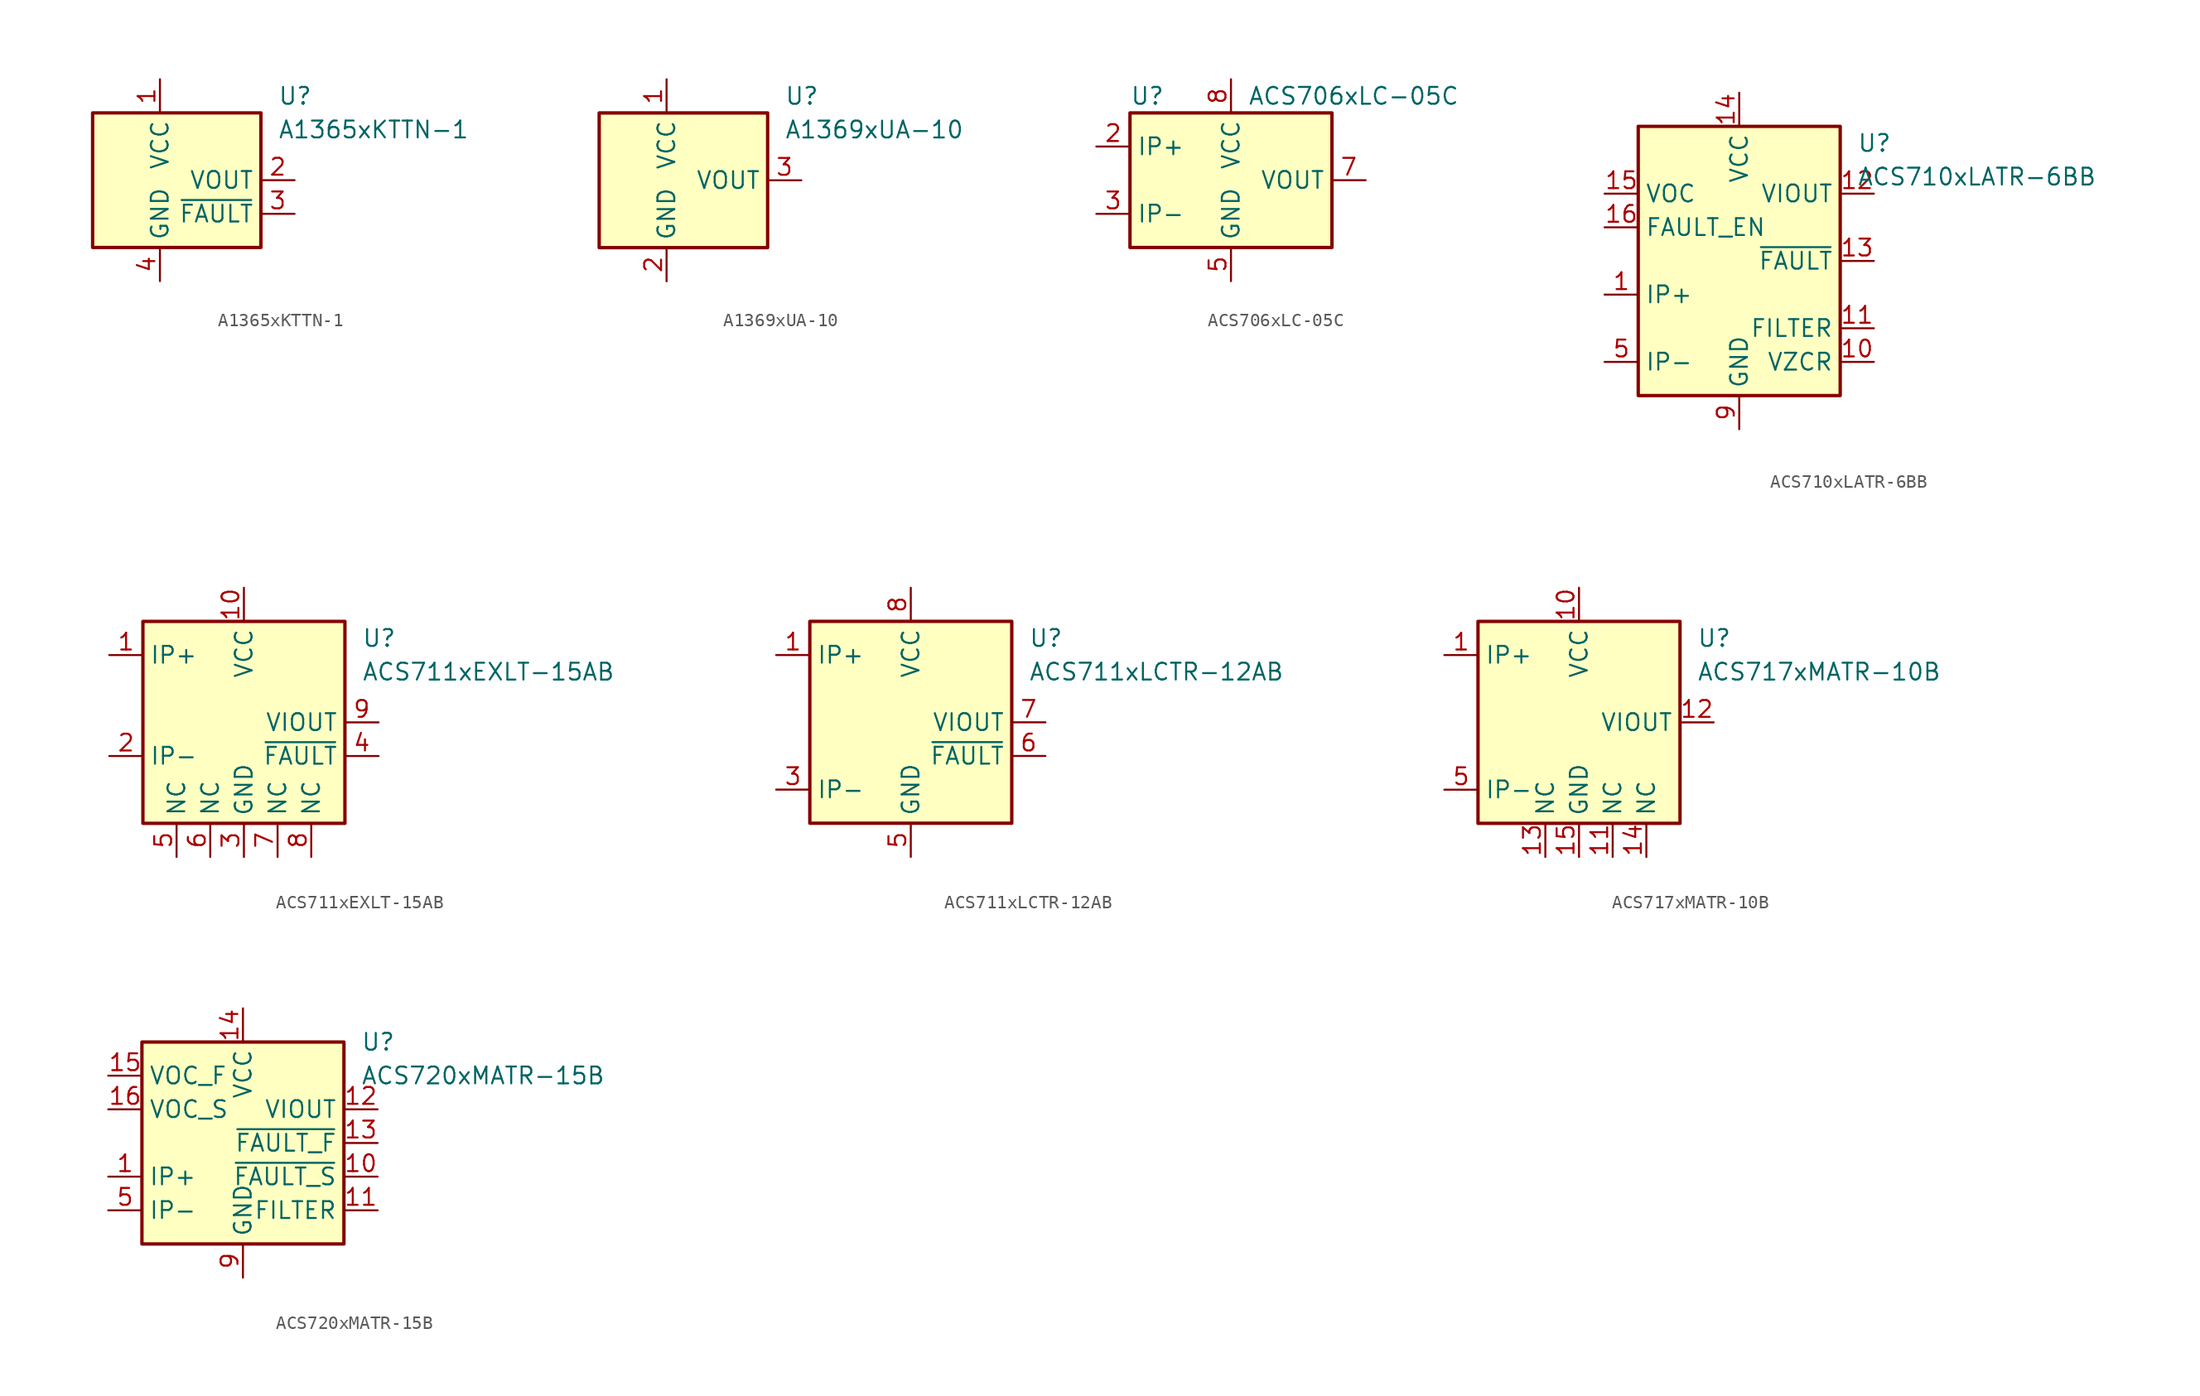
<source format=kicad_sym>
(kicad_symbol_lib
  (version 20201005)
  (generator kicad_symbol_editor)
  (symbol "A1365xKTTN-1"
    (property "Reference" "U"
      (at 8.89 6.35 0)
      (effects (font (size 1.27 1.27)) (justify left)))
    (property "Value" "A1365xKTTN-1"
      (at 8.89 3.81 0)
      (effects (font (size 1.27 1.27)) (justify left)))
    (symbol "A1365xKTTN-1_0_1"
      (rectangle (start -5.08 5.08) (end 7.62 -5.08) (stroke (width 0.254)) (fill (type background))))
    (symbol "A1365xKTTN-1_1_1"
      (pin power_in line (at 0 7.62 270) (length 2.54) (name "VCC" (effects (font (size 1.27 1.27)))) (number "1" (effects (font (size 1.27 1.27)))))
      (pin output line (at 10.16 0 180) (length 2.54) (name "VOUT" (effects (font (size 1.27 1.27)))) (number "2" (effects (font (size 1.27 1.27)))))
      (pin output line (at 10.16 -2.54 180) (length 2.54) (name "~FAULT" (effects (font (size 1.27 1.27)))) (number "3" (effects (font (size 1.27 1.27)))))
      (pin power_in line (at 0 -7.62 90) (length 2.54) (name "GND" (effects (font (size 1.27 1.27)))) (number "4" (effects (font (size 1.27 1.27)))))))
  (symbol "A1369xUA-10"
    (property "Reference" "U"
      (at 8.89 6.35 0)
      (effects (font (size 1.27 1.27)) (justify left)))
    (property "Value" "A1369xUA-10"
      (at 8.89 3.81 0)
      (effects (font (size 1.27 1.27)) (justify left)))
    (symbol "A1369xUA-10_0_1"
      (rectangle (start -5.08 5.08) (end 7.62 -5.08) (stroke (width 0.254)) (fill (type background))))
    (symbol "A1369xUA-10_1_1"
      (pin power_in line (at 0 7.62 270) (length 2.54) (name "VCC" (effects (font (size 1.27 1.27)))) (number "1" (effects (font (size 1.27 1.27)))))
      (pin power_in line (at 0 -7.62 90) (length 2.54) (name "GND" (effects (font (size 1.27 1.27)))) (number "2" (effects (font (size 1.27 1.27)))))
      (pin output line (at 10.16 0 180) (length 2.54) (name "VOUT" (effects (font (size 1.27 1.27)))) (number "3" (effects (font (size 1.27 1.27)))))))
  (symbol "ACS706xLC-05C"
    (property "Reference" "U"
      (at -7.62 6.35 0)
      (effects (font (size 1.27 1.27)) (justify left)))
    (property "Value" "ACS706xLC-05C"
      (at 1.27 6.35 0)
      (effects (font (size 1.27 1.27)) (justify left)))
    (symbol "ACS706xLC-05C_0_1"
      (rectangle (start -7.62 5.08) (end 7.62 -5.08) (stroke (width 0.254)) (fill (type background))))
    (symbol "ACS706xLC-05C_1_1"
      (pin passive line (at -10.16 2.54 0) (length 2.54) hide (name "IP+" (effects (font (size 1.27 1.27)))) (number "1" (effects (font (size 1.27 1.27)))))
      (pin passive line (at -10.16 2.54 0) (length 2.54) (name "IP+" (effects (font (size 1.27 1.27)))) (number "2" (effects (font (size 1.27 1.27)))))
      (pin passive line (at -10.16 -2.54 0) (length 2.54) (name "IP-" (effects (font (size 1.27 1.27)))) (number "3" (effects (font (size 1.27 1.27)))))
      (pin passive line (at -10.16 -2.54 0) (length 2.54) hide (name "IP-" (effects (font (size 1.27 1.27)))) (number "4" (effects (font (size 1.27 1.27)))))
      (pin power_in line (at 0 -7.62 90) (length 2.54) (name "GND" (effects (font (size 1.27 1.27)))) (number "5" (effects (font (size 1.27 1.27)))))
      (pin no_connect line (at 7.62 -2.54 180) (length 2.54) hide (name "NC" (effects (font (size 1.27 1.27)))) (number "6" (effects (font (size 1.27 1.27)))))
      (pin output line (at 10.16 0 180) (length 2.54) (name "VOUT" (effects (font (size 1.27 1.27)))) (number "7" (effects (font (size 1.27 1.27)))))
      (pin power_in line (at 0 7.62 270) (length 2.54) (name "VCC" (effects (font (size 1.27 1.27)))) (number "8" (effects (font (size 1.27 1.27)))))))
  (symbol "ACS710xLATR-6BB"
    (property "Reference" "U"
      (at 8.89 8.89 0)
      (effects (font (size 1.27 1.27)) (justify left)))
    (property "Value" "ACS710xLATR-6BB"
      (at 8.89 6.35 0)
      (effects (font (size 1.27 1.27)) (justify left)))
    (symbol "ACS710xLATR-6BB_0_1"
      (rectangle (start -7.62 10.16) (end 7.62 -10.16) (stroke (width 0.254)) (fill (type background))))
    (symbol "ACS710xLATR-6BB_1_1"
      (pin passive line (at -10.16 -2.54 0) (length 2.54) (name "IP+" (effects (font (size 1.27 1.27)))) (number "1" (effects (font (size 1.27 1.27)))))
      (pin passive line (at 10.16 -7.62 180) (length 2.54) (name "VZCR" (effects (font (size 1.27 1.27)))) (number "10" (effects (font (size 1.27 1.27)))))
      (pin passive line (at 10.16 -5.08 180) (length 2.54) (name "FILTER" (effects (font (size 1.27 1.27)))) (number "11" (effects (font (size 1.27 1.27)))))
      (pin output line (at 10.16 5.08 180) (length 2.54) (name "VIOUT" (effects (font (size 1.27 1.27)))) (number "12" (effects (font (size 1.27 1.27)))))
      (pin output line (at 10.16 0 180) (length 2.54) (name "~FAULT" (effects (font (size 1.27 1.27)))) (number "13" (effects (font (size 1.27 1.27)))))
      (pin power_in line (at 0 12.7 270) (length 2.54) (name "VCC" (effects (font (size 1.27 1.27)))) (number "14" (effects (font (size 1.27 1.27)))))
      (pin input line (at -10.16 5.08 0) (length 2.54) (name "VOC" (effects (font (size 1.27 1.27)))) (number "15" (effects (font (size 1.27 1.27)))))
      (pin input line (at -10.16 2.54 0) (length 2.54) (name "FAULT_EN" (effects (font (size 1.27 1.27)))) (number "16" (effects (font (size 1.27 1.27)))))
      (pin passive line (at -10.16 -2.54 0) (length 2.54) hide (name "IP+" (effects (font (size 1.27 1.27)))) (number "2" (effects (font (size 1.27 1.27)))))
      (pin passive line (at -10.16 -2.54 0) (length 2.54) hide (name "IP+" (effects (font (size 1.27 1.27)))) (number "3" (effects (font (size 1.27 1.27)))))
      (pin passive line (at -10.16 -2.54 0) (length 2.54) hide (name "IP+" (effects (font (size 1.27 1.27)))) (number "4" (effects (font (size 1.27 1.27)))))
      (pin passive line (at -10.16 -7.62 0) (length 2.54) (name "IP-" (effects (font (size 1.27 1.27)))) (number "5" (effects (font (size 1.27 1.27)))))
      (pin passive line (at -10.16 -7.62 0) (length 2.54) hide (name "IP-" (effects (font (size 1.27 1.27)))) (number "6" (effects (font (size 1.27 1.27)))))
      (pin passive line (at -10.16 -7.62 0) (length 2.54) hide (name "IP-" (effects (font (size 1.27 1.27)))) (number "7" (effects (font (size 1.27 1.27)))))
      (pin passive line (at -10.16 -7.62 0) (length 2.54) hide (name "IP-" (effects (font (size 1.27 1.27)))) (number "8" (effects (font (size 1.27 1.27)))))
      (pin power_in line (at 0 -12.7 90) (length 2.54) (name "GND" (effects (font (size 1.27 1.27)))) (number "9" (effects (font (size 1.27 1.27)))))))
  (symbol "ACS711xEXLT-15AB"
    (property "Reference" "U"
      (at 8.89 6.35 0)
      (effects (font (size 1.27 1.27)) (justify left)))
    (property "Value" "ACS711xEXLT-15AB"
      (at 8.89 3.81 0)
      (effects (font (size 1.27 1.27)) (justify left)))
    (symbol "ACS711xEXLT-15AB_0_1"
      (rectangle (start -7.62 7.62) (end 7.62 -7.62) (stroke (width 0.254)) (fill (type background))))
    (symbol "ACS711xEXLT-15AB_1_1"
      (pin passive line (at -10.16 5.08 0) (length 2.54) (name "IP+" (effects (font (size 1.27 1.27)))) (number "1" (effects (font (size 1.27 1.27)))))
      (pin power_in line (at 0 10.16 270) (length 2.54) (name "VCC" (effects (font (size 1.27 1.27)))) (number "10" (effects (font (size 1.27 1.27)))))
      (pin passive line (at -10.16 -2.54 0) (length 2.54) (name "IP-" (effects (font (size 1.27 1.27)))) (number "2" (effects (font (size 1.27 1.27)))))
      (pin power_in line (at 0 -10.16 90) (length 2.54) (name "GND" (effects (font (size 1.27 1.27)))) (number "3" (effects (font (size 1.27 1.27)))))
      (pin output line (at 10.16 -2.54 180) (length 2.54) (name "~FAULT" (effects (font (size 1.27 1.27)))) (number "4" (effects (font (size 1.27 1.27)))))
      (pin passive line (at -5.08 -10.16 90) (length 2.54) (name "NC" (effects (font (size 1.27 1.27)))) (number "5" (effects (font (size 1.27 1.27)))))
      (pin passive line (at -2.54 -10.16 90) (length 2.54) (name "NC" (effects (font (size 1.27 1.27)))) (number "6" (effects (font (size 1.27 1.27)))))
      (pin passive line (at 2.54 -10.16 90) (length 2.54) (name "NC" (effects (font (size 1.27 1.27)))) (number "7" (effects (font (size 1.27 1.27)))))
      (pin passive line (at 5.08 -10.16 90) (length 2.54) (name "NC" (effects (font (size 1.27 1.27)))) (number "8" (effects (font (size 1.27 1.27)))))
      (pin output line (at 10.16 0 180) (length 2.54) (name "VIOUT" (effects (font (size 1.27 1.27)))) (number "9" (effects (font (size 1.27 1.27)))))))
  (symbol "ACS711xLCTR-12AB"
    (property "Reference" "U"
      (at 8.89 6.35 0)
      (effects (font (size 1.27 1.27)) (justify left)))
    (property "Value" "ACS711xLCTR-12AB"
      (at 8.89 3.81 0)
      (effects (font (size 1.27 1.27)) (justify left)))
    (symbol "ACS711xLCTR-12AB_0_1"
      (rectangle (start -7.62 7.62) (end 7.62 -7.62) (stroke (width 0.254)) (fill (type background))))
    (symbol "ACS711xLCTR-12AB_1_1"
      (pin passive line (at -10.16 5.08 0) (length 2.54) (name "IP+" (effects (font (size 1.27 1.27)))) (number "1" (effects (font (size 1.27 1.27)))))
      (pin passive line (at -10.16 5.08 0) (length 2.54) hide (name "IP+" (effects (font (size 1.27 1.27)))) (number "2" (effects (font (size 1.27 1.27)))))
      (pin passive line (at -10.16 -5.08 0) (length 2.54) (name "IP-" (effects (font (size 1.27 1.27)))) (number "3" (effects (font (size 1.27 1.27)))))
      (pin passive line (at -10.16 -5.08 0) (length 2.54) hide (name "IP-" (effects (font (size 1.27 1.27)))) (number "4" (effects (font (size 1.27 1.27)))))
      (pin power_in line (at 0 -10.16 90) (length 2.54) (name "GND" (effects (font (size 1.27 1.27)))) (number "5" (effects (font (size 1.27 1.27)))))
      (pin output line (at 10.16 -2.54 180) (length 2.54) (name "~FAULT" (effects (font (size 1.27 1.27)))) (number "6" (effects (font (size 1.27 1.27)))))
      (pin output line (at 10.16 0 180) (length 2.54) (name "VIOUT" (effects (font (size 1.27 1.27)))) (number "7" (effects (font (size 1.27 1.27)))))
      (pin power_in line (at 0 10.16 270) (length 2.54) (name "VCC" (effects (font (size 1.27 1.27)))) (number "8" (effects (font (size 1.27 1.27)))))))
  (symbol "ACS717xMATR-10B"
    (property "Reference" "U"
      (at 8.89 6.35 0)
      (effects (font (size 1.27 1.27)) (justify left)))
    (property "Value" "ACS717xMATR-10B"
      (at 8.89 3.81 0)
      (effects (font (size 1.27 1.27)) (justify left)))
    (symbol "ACS717xMATR-10B_0_1"
      (rectangle (start -7.62 7.62) (end 7.62 -7.62) (stroke (width 0.254)) (fill (type background))))
    (symbol "ACS717xMATR-10B_1_1"
      (pin passive line (at -10.16 5.08 0) (length 2.54) (name "IP+" (effects (font (size 1.27 1.27)))) (number "1" (effects (font (size 1.27 1.27)))))
      (pin power_in line (at 0 10.16 270) (length 2.54) (name "VCC" (effects (font (size 1.27 1.27)))) (number "10" (effects (font (size 1.27 1.27)))))
      (pin passive line (at 2.54 -10.16 90) (length 2.54) (name "NC" (effects (font (size 1.27 1.27)))) (number "11" (effects (font (size 1.27 1.27)))))
      (pin output line (at 10.16 0 180) (length 2.54) (name "VIOUT" (effects (font (size 1.27 1.27)))) (number "12" (effects (font (size 1.27 1.27)))))
      (pin passive line (at -2.54 -10.16 90) (length 2.54) (name "NC" (effects (font (size 1.27 1.27)))) (number "13" (effects (font (size 1.27 1.27)))))
      (pin passive line (at 5.08 -10.16 90) (length 2.54) (name "NC" (effects (font (size 1.27 1.27)))) (number "14" (effects (font (size 1.27 1.27)))))
      (pin power_in line (at 0 -10.16 90) (length 2.54) (name "GND" (effects (font (size 1.27 1.27)))) (number "15" (effects (font (size 1.27 1.27)))))
      (pin no_connect line (at 7.62 2.54 180) (length 2.54) hide (name "NC" (effects (font (size 1.27 1.27)))) (number "16" (effects (font (size 1.27 1.27)))))
      (pin passive line (at -10.16 5.08 0) (length 2.54) hide (name "IP+" (effects (font (size 1.27 1.27)))) (number "2" (effects (font (size 1.27 1.27)))))
      (pin passive line (at -10.16 5.08 0) (length 2.54) hide (name "IP+" (effects (font (size 1.27 1.27)))) (number "3" (effects (font (size 1.27 1.27)))))
      (pin passive line (at -10.16 5.08 0) (length 2.54) hide (name "IP+" (effects (font (size 1.27 1.27)))) (number "4" (effects (font (size 1.27 1.27)))))
      (pin passive line (at -10.16 -5.08 0) (length 2.54) (name "IP-" (effects (font (size 1.27 1.27)))) (number "5" (effects (font (size 1.27 1.27)))))
      (pin passive line (at -10.16 -5.08 0) (length 2.54) hide (name "IP-" (effects (font (size 1.27 1.27)))) (number "6" (effects (font (size 1.27 1.27)))))
      (pin passive line (at -10.16 -5.08 0) (length 2.54) hide (name "IP-" (effects (font (size 1.27 1.27)))) (number "7" (effects (font (size 1.27 1.27)))))
      (pin passive line (at -10.16 -5.08 0) (length 2.54) hide (name "IP-" (effects (font (size 1.27 1.27)))) (number "8" (effects (font (size 1.27 1.27)))))
      (pin no_connect line (at 7.62 5.08 180) (length 2.54) hide (name "NC" (effects (font (size 1.27 1.27)))) (number "9" (effects (font (size 1.27 1.27)))))))
  (symbol "ACS720xMATR-15B"
    (property "Reference" "U"
      (at 8.89 7.62 0)
      (effects (font (size 1.27 1.27)) (justify left)))
    (property "Value" "ACS720xMATR-15B"
      (at 8.89 5.08 0)
      (effects (font (size 1.27 1.27)) (justify left)))
    (symbol "ACS720xMATR-15B_0_1"
      (rectangle (start -7.62 7.62) (end 7.62 -7.62) (stroke (width 0.254)) (fill (type background))))
    (symbol "ACS720xMATR-15B_1_1"
      (pin passive line (at -10.16 -2.54 0) (length 2.54) (name "IP+" (effects (font (size 1.27 1.27)))) (number "1" (effects (font (size 1.27 1.27)))))
      (pin open_collector line (at 10.16 -2.54 180) (length 2.54) (name "~FAULT_S" (effects (font (size 1.27 1.27)))) (number "10" (effects (font (size 1.27 1.27)))))
      (pin passive line (at 10.16 -5.08 180) (length 2.54) (name "FILTER" (effects (font (size 1.27 1.27)))) (number "11" (effects (font (size 1.27 1.27)))))
      (pin output line (at 10.16 2.54 180) (length 2.54) (name "VIOUT" (effects (font (size 1.27 1.27)))) (number "12" (effects (font (size 1.27 1.27)))))
      (pin open_collector line (at 10.16 0 180) (length 2.54) (name "~FAULT_F" (effects (font (size 1.27 1.27)))) (number "13" (effects (font (size 1.27 1.27)))))
      (pin power_in line (at 0 10.16 270) (length 2.54) (name "VCC" (effects (font (size 1.27 1.27)))) (number "14" (effects (font (size 1.27 1.27)))))
      (pin input line (at -10.16 5.08 0) (length 2.54) (name "VOC_F" (effects (font (size 1.27 1.27)))) (number "15" (effects (font (size 1.27 1.27)))))
      (pin input line (at -10.16 2.54 0) (length 2.54) (name "VOC_S" (effects (font (size 1.27 1.27)))) (number "16" (effects (font (size 1.27 1.27)))))
      (pin passive line (at -10.16 -2.54 0) (length 2.54) hide (name "IP+" (effects (font (size 1.27 1.27)))) (number "2" (effects (font (size 1.27 1.27)))))
      (pin passive line (at -10.16 -2.54 0) (length 2.54) hide (name "IP+" (effects (font (size 1.27 1.27)))) (number "3" (effects (font (size 1.27 1.27)))))
      (pin passive line (at -10.16 -2.54 0) (length 2.54) hide (name "IP+" (effects (font (size 1.27 1.27)))) (number "4" (effects (font (size 1.27 1.27)))))
      (pin passive line (at -10.16 -5.08 0) (length 2.54) (name "IP-" (effects (font (size 1.27 1.27)))) (number "5" (effects (font (size 1.27 1.27)))))
      (pin passive line (at -10.16 -5.08 0) (length 2.54) hide (name "IP-" (effects (font (size 1.27 1.27)))) (number "6" (effects (font (size 1.27 1.27)))))
      (pin passive line (at -10.16 -5.08 0) (length 2.54) hide (name "IP-" (effects (font (size 1.27 1.27)))) (number "7" (effects (font (size 1.27 1.27)))))
      (pin passive line (at -10.16 -5.08 0) (length 2.54) hide (name "IP-" (effects (font (size 1.27 1.27)))) (number "8" (effects (font (size 1.27 1.27)))))
      (pin power_in line (at 0 -10.16 90) (length 2.54) (name "GND" (effects (font (size 1.27 1.27)))) (number "9" (effects (font (size 1.27 1.27))))))))
</source>
